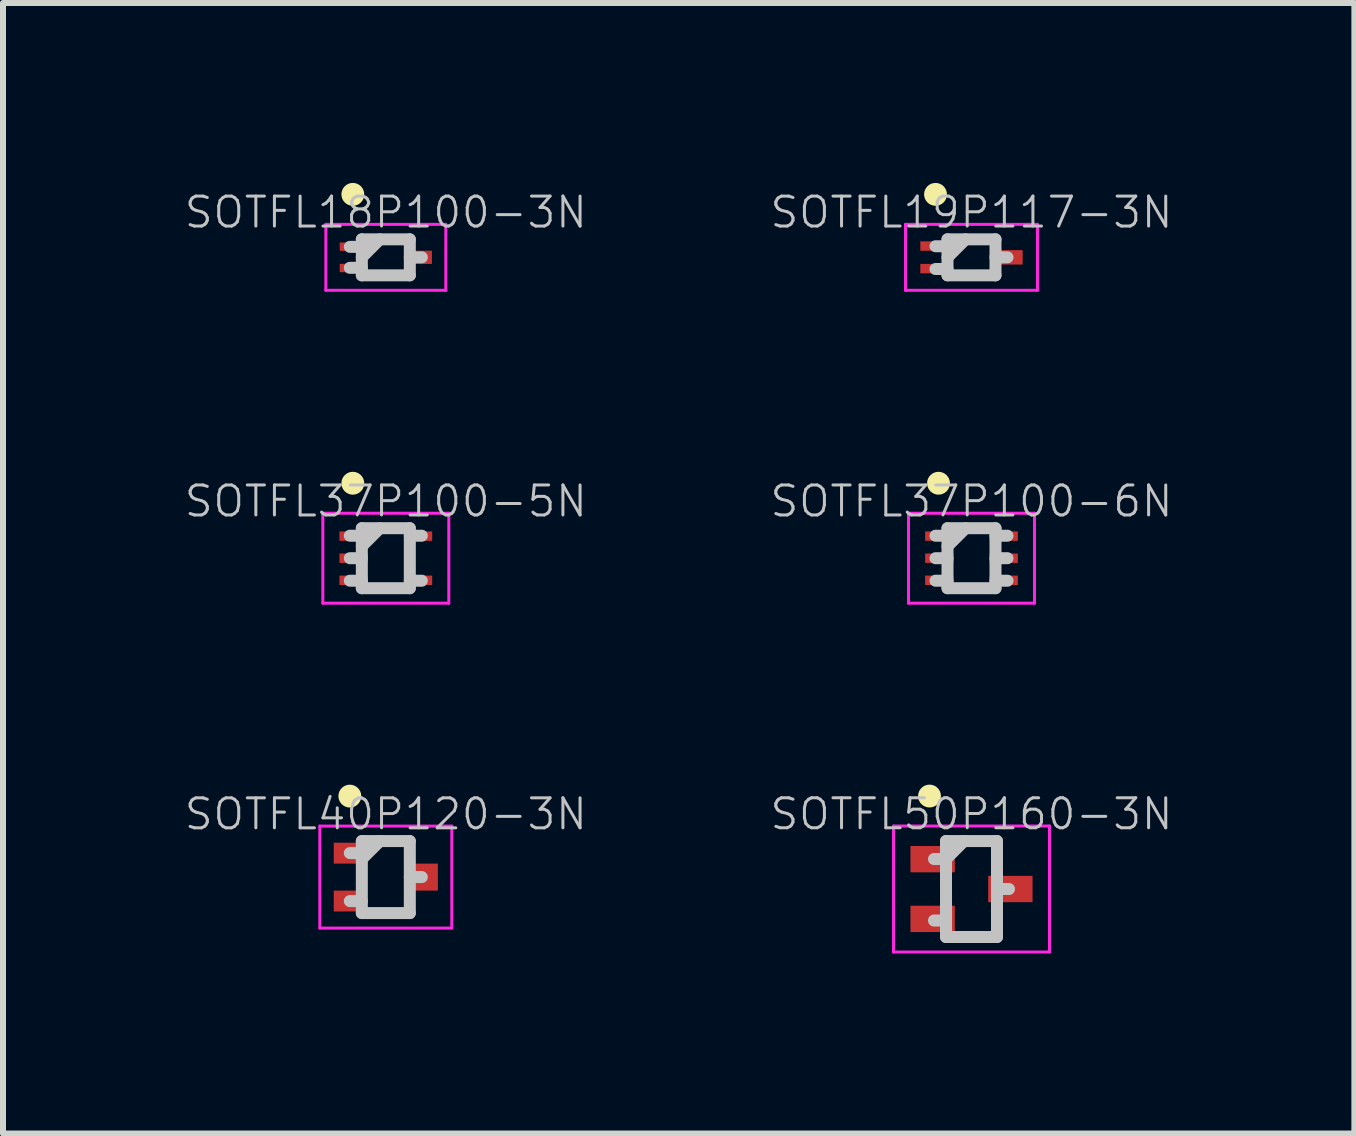
<source format=kicad_pcb>
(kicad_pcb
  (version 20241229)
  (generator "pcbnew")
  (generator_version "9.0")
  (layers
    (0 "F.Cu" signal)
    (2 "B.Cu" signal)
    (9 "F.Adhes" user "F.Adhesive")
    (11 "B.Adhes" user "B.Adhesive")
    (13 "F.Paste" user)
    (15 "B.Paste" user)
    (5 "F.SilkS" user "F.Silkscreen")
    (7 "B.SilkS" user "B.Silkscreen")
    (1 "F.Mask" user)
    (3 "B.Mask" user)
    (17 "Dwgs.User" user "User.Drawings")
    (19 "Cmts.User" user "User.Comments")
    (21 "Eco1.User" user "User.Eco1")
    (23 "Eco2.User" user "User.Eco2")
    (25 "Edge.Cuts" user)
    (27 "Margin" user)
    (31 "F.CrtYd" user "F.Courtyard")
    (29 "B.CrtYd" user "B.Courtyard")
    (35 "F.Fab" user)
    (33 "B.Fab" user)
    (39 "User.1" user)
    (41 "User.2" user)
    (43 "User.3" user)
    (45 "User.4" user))
  (footprint "SOTFL37P100-5N"
    (layer "F.Cu")
    (at 3.382 6.256)
    (property "Reference" "SOTFL37P100-5N" (at 0 -0.95 0) (layer "Dwgs.User") (effects (font (size 0.5 0.5) (thickness 0.05))))
    (attr smd)
    (fp_line (start -0.55 -1.25) (end -0.55 -1.25) (stroke (width 0.381) (type solid)) (layer "F.SilkS"))
    (fp_line (start -0.6 -0.375) (end -0.4 -0.375) (stroke (width 0.2) (type solid)) (layer "Dwgs.User"))
    (fp_line (start -0.6 0) (end -0.4 0) (stroke (width 0.2) (type solid)) (layer "Dwgs.User"))
    (fp_line (start -0.6 0.375) (end -0.4 0.375) (stroke (width 0.2) (type solid)) (layer "Dwgs.User"))
    (fp_line (start -0.4 -0.5) (end -0.4 0.5) (stroke (width 0.2) (type solid)) (layer "Dwgs.User"))
    (fp_line (start -0.4 -0.5) (end 0.4 -0.5) (stroke (width 0.2) (type solid)) (layer "Dwgs.User"))
    (fp_line (start -0.4 -0.2) (end -0.1 -0.5) (stroke (width 0.2) (type solid)) (layer "Dwgs.User"))
    (fp_line (start -0.4 0.5) (end 0.4 0.5) (stroke (width 0.2) (type solid)) (layer "Dwgs.User"))
    (fp_line (start 0.4 -0.5) (end 0.4 0.5) (stroke (width 0.2) (type solid)) (layer "Dwgs.User"))
    (fp_line (start 0.4 -0.375) (end 0.6 -0.375) (stroke (width 0.2) (type solid)) (layer "Dwgs.User"))
    (fp_line (start 0.4 0.375) (end 0.6 0.375) (stroke (width 0.2) (type solid)) (layer "Dwgs.User"))
    (fp_line (start -1.05 -0.75) (end -1.05 0.75) (stroke (width 0.05) (type solid)) (layer "F.CrtYd"))
    (fp_line (start -1.05 -0.75) (end 1.05 -0.75) (stroke (width 0.05) (type solid)) (layer "F.CrtYd"))
    (fp_line (start -1.05 0.75) (end 1.05 0.75) (stroke (width 0.05) (type solid)) (layer "F.CrtYd"))
    (fp_line (start 1.05 -0.75) (end 1.05 0.75) (stroke (width 0.05) (type solid)) (layer "F.CrtYd"))
    (pad "1" smd rect (at -0.538 -0.368 90) (size 0.157 0.47) (layers "F.Cu" "F.Mask" "F.Paste"))
    (pad "2" smd rect (at -0.538 0 90) (size 0.157 0.47) (layers "F.Cu" "F.Mask" "F.Paste"))
    (pad "3" smd rect (at -0.538 0.368 90) (size 0.157 0.47) (layers "F.Cu" "F.Mask" "F.Paste"))
    (pad "4" smd rect (at 0.538 0.368 270) (size 0.157 0.47) (layers "F.Cu" "F.Mask" "F.Paste"))
    (pad "5" smd rect (at 0.538 -0.368 270) (size 0.157 0.47) (layers "F.Cu" "F.Mask" "F.Paste")))
  (footprint "SOTFL50P160-3N"
    (layer "F.Cu")
    (at 13.146 11.771)
    (property "Reference" "SOTFL50P160-3N" (at 0 -1.25 0) (layer "Dwgs.User") (effects (font (size 0.5 0.5) (thickness 0.05))))
    (attr smd)
    (fp_line (start -0.7 -1.55) (end -0.7 -1.55) (stroke (width 0.381) (type solid)) (layer "F.SilkS"))
    (fp_line (start -0.625 -0.5) (end -0.425 -0.5) (stroke (width 0.2) (type solid)) (layer "Dwgs.User"))
    (fp_line (start -0.625 0.525) (end -0.425 0.525) (stroke (width 0.2) (type solid)) (layer "Dwgs.User"))
    (fp_line (start -0.425 -0.8) (end -0.425 0.8) (stroke (width 0.2) (type solid)) (layer "Dwgs.User"))
    (fp_line (start -0.425 -0.8) (end 0.425 -0.8) (stroke (width 0.2) (type solid)) (layer "Dwgs.User"))
    (fp_line (start -0.425 -0.5) (end -0.125 -0.8) (stroke (width 0.2) (type solid)) (layer "Dwgs.User"))
    (fp_line (start -0.425 0.8) (end 0.425 0.8) (stroke (width 0.2) (type solid)) (layer "Dwgs.User"))
    (fp_line (start 0.425 -0.8) (end 0.425 0.8) (stroke (width 0.2) (type solid)) (layer "Dwgs.User"))
    (fp_line (start 0.425 0) (end 0.625 0) (stroke (width 0.2) (type solid)) (layer "Dwgs.User"))
    (fp_line (start -1.3 -1.05) (end -1.3 1.05) (stroke (width 0.05) (type solid)) (layer "F.CrtYd"))
    (fp_line (start -1.3 -1.05) (end 1.3 -1.05) (stroke (width 0.05) (type solid)) (layer "F.CrtYd"))
    (fp_line (start -1.3 1.05) (end 1.3 1.05) (stroke (width 0.05) (type solid)) (layer "F.CrtYd"))
    (fp_line (start 1.3 -1.05) (end 1.3 1.05) (stroke (width 0.05) (type solid)) (layer "F.CrtYd"))
    (pad "1" smd rect (at -0.648 -0.498 90) (size 0.439 0.739) (layers "F.Cu" "F.Mask" "F.Paste"))
    (pad "2" smd rect (at -0.648 0.498 90) (size 0.439 0.739) (layers "F.Cu" "F.Mask" "F.Paste"))
    (pad "3" smd rect (at 0.648 0 270) (size 0.439 0.739) (layers "F.Cu" "F.Mask" "F.Paste")))
  (footprint "SOTFL37P100-6N"
    (layer "F.Cu")
    (at 13.146 6.256)
    (property "Reference" "SOTFL37P100-6N" (at 0 -0.95 0) (layer "Dwgs.User") (effects (font (size 0.5 0.5) (thickness 0.05))))
    (attr smd)
    (fp_line (start -0.55 -1.25) (end -0.55 -1.25) (stroke (width 0.381) (type solid)) (layer "F.SilkS"))
    (fp_line (start -0.6 -0.375) (end -0.4 -0.375) (stroke (width 0.2) (type solid)) (layer "Dwgs.User"))
    (fp_line (start -0.6 0) (end -0.4 0) (stroke (width 0.2) (type solid)) (layer "Dwgs.User"))
    (fp_line (start -0.6 0.375) (end -0.4 0.375) (stroke (width 0.2) (type solid)) (layer "Dwgs.User"))
    (fp_line (start -0.4 -0.5) (end -0.4 0.5) (stroke (width 0.2) (type solid)) (layer "Dwgs.User"))
    (fp_line (start -0.4 -0.5) (end 0.4 -0.5) (stroke (width 0.2) (type solid)) (layer "Dwgs.User"))
    (fp_line (start -0.4 -0.2) (end -0.1 -0.5) (stroke (width 0.2) (type solid)) (layer "Dwgs.User"))
    (fp_line (start -0.4 0.5) (end 0.4 0.5) (stroke (width 0.2) (type solid)) (layer "Dwgs.User"))
    (fp_line (start 0.4 -0.5) (end 0.4 0.5) (stroke (width 0.2) (type solid)) (layer "Dwgs.User"))
    (fp_line (start 0.4 -0.375) (end 0.6 -0.375) (stroke (width 0.2) (type solid)) (layer "Dwgs.User"))
    (fp_line (start 0.4 0) (end 0.6 0) (stroke (width 0.2) (type solid)) (layer "Dwgs.User"))
    (fp_line (start 0.4 0.375) (end 0.6 0.375) (stroke (width 0.2) (type solid)) (layer "Dwgs.User"))
    (fp_line (start -1.05 -0.75) (end -1.05 0.75) (stroke (width 0.05) (type solid)) (layer "F.CrtYd"))
    (fp_line (start -1.05 -0.75) (end 1.05 -0.75) (stroke (width 0.05) (type solid)) (layer "F.CrtYd"))
    (fp_line (start -1.05 0.75) (end 1.05 0.75) (stroke (width 0.05) (type solid)) (layer "F.CrtYd"))
    (fp_line (start 1.05 -0.75) (end 1.05 0.75) (stroke (width 0.05) (type solid)) (layer "F.CrtYd"))
    (pad "1" smd rect (at -0.538 -0.368 90) (size 0.157 0.47) (layers "F.Cu" "F.Mask" "F.Paste"))
    (pad "2" smd rect (at -0.538 0 90) (size 0.157 0.47) (layers "F.Cu" "F.Mask" "F.Paste"))
    (pad "3" smd rect (at -0.538 0.368 90) (size 0.157 0.47) (layers "F.Cu" "F.Mask" "F.Paste"))
    (pad "4" smd rect (at 0.538 0.368 270) (size 0.157 0.47) (layers "F.Cu" "F.Mask" "F.Paste"))
    (pad "5" smd rect (at 0.538 0 270) (size 0.157 0.47) (layers "F.Cu" "F.Mask" "F.Paste"))
    (pad "6" smd rect (at 0.538 -0.368 270) (size 0.157 0.47) (layers "F.Cu" "F.Mask" "F.Paste")))
  (footprint "SOTFL18P100-3N"
    (layer "F.Cu")
    (at 3.382 1.24)
    (property "Reference" "SOTFL18P100-3N" (at 0 -0.75 0) (layer "Dwgs.User") (effects (font (size 0.5 0.5) (thickness 0.05))))
    (attr smd)
    (fp_line (start -0.55 -1.05) (end -0.55 -1.05) (stroke (width 0.381) (type solid)) (layer "F.SilkS"))
    (fp_line (start -0.6 -0.175) (end -0.4 -0.175) (stroke (width 0.2) (type solid)) (layer "Dwgs.User"))
    (fp_line (start -0.6 0.175) (end -0.4 0.175) (stroke (width 0.2) (type solid)) (layer "Dwgs.User"))
    (fp_line (start -0.4 -0.3) (end -0.4 0.3) (stroke (width 0.2) (type solid)) (layer "Dwgs.User"))
    (fp_line (start -0.4 -0.3) (end 0.4 -0.3) (stroke (width 0.2) (type solid)) (layer "Dwgs.User"))
    (fp_line (start -0.4 0) (end -0.1 -0.3) (stroke (width 0.2) (type solid)) (layer "Dwgs.User"))
    (fp_line (start -0.4 0.3) (end 0.4 0.3) (stroke (width 0.2) (type solid)) (layer "Dwgs.User"))
    (fp_line (start 0.4 -0.3) (end 0.4 0.3) (stroke (width 0.2) (type solid)) (layer "Dwgs.User"))
    (fp_line (start 0.4 0) (end 0.6 0) (stroke (width 0.2) (type solid)) (layer "Dwgs.User"))
    (fp_line (start -1 -0.55) (end -1 0.55) (stroke (width 0.05) (type solid)) (layer "F.CrtYd"))
    (fp_line (start -1 -0.55) (end 1 -0.55) (stroke (width 0.05) (type solid)) (layer "F.CrtYd"))
    (fp_line (start -1 0.55) (end 1 0.55) (stroke (width 0.05) (type solid)) (layer "F.CrtYd"))
    (fp_line (start 1 -0.55) (end 1 0.55) (stroke (width 0.05) (type solid)) (layer "F.CrtYd"))
    (pad "1" smd rect (at -0.549 -0.178 90) (size 0.14 0.439) (layers "F.Cu" "F.Mask" "F.Paste"))
    (pad "2" smd rect (at -0.549 0.178 90) (size 0.14 0.439) (layers "F.Cu" "F.Mask" "F.Paste"))
    (pad "3" smd rect (at 0.549 0 270) (size 0.22 0.439) (layers "F.Cu" "F.Mask" "F.Paste")))
  (footprint "SOTFL19P117-3N"
    (layer "F.Cu")
    (at 13.146 1.24)
    (property "Reference" "SOTFL19P117-3N" (at 0 -0.75 0) (layer "Dwgs.User") (effects (font (size 0.5 0.5) (thickness 0.05))))
    (attr smd)
    (fp_line (start -0.6 -1.05) (end -0.6 -1.05) (stroke (width 0.381) (type solid)) (layer "F.SilkS"))
    (fp_line (start -0.6 -0.185) (end -0.4 -0.185) (stroke (width 0.2) (type solid)) (layer "Dwgs.User"))
    (fp_line (start -0.6 0.195) (end -0.4 0.195) (stroke (width 0.2) (type solid)) (layer "Dwgs.User"))
    (fp_line (start -0.4 -0.3) (end -0.4 0.3) (stroke (width 0.2) (type solid)) (layer "Dwgs.User"))
    (fp_line (start -0.4 -0.3) (end 0.4 -0.3) (stroke (width 0.2) (type solid)) (layer "Dwgs.User"))
    (fp_line (start -0.4 0) (end -0.1 -0.3) (stroke (width 0.2) (type solid)) (layer "Dwgs.User"))
    (fp_line (start -0.4 0.3) (end 0.4 0.3) (stroke (width 0.2) (type solid)) (layer "Dwgs.User"))
    (fp_line (start 0.4 -0.3) (end 0.4 0.3) (stroke (width 0.2) (type solid)) (layer "Dwgs.User"))
    (fp_line (start 0.4 0) (end 0.6 0) (stroke (width 0.2) (type solid)) (layer "Dwgs.User"))
    (fp_line (start -1.1 -0.55) (end -1.1 0.55) (stroke (width 0.05) (type solid)) (layer "F.CrtYd"))
    (fp_line (start -1.1 -0.55) (end 1.1 -0.55) (stroke (width 0.05) (type solid)) (layer "F.CrtYd"))
    (fp_line (start -1.1 0.55) (end 1.1 0.55) (stroke (width 0.05) (type solid)) (layer "F.CrtYd"))
    (fp_line (start 1.1 -0.55) (end 1.1 0.55) (stroke (width 0.05) (type solid)) (layer "F.CrtYd"))
    (pad "1" smd rect (at -0.589 -0.188 90) (size 0.157 0.528) (layers "F.Cu" "F.Mask" "F.Paste"))
    (pad "2" smd rect (at -0.589 0.188 90) (size 0.157 0.528) (layers "F.Cu" "F.Mask" "F.Paste"))
    (pad "3" smd rect (at 0.589 0 270) (size 0.24 0.528) (layers "F.Cu" "F.Mask" "F.Paste")))
  (footprint "SOTFL40P120-3N"
    (layer "F.Cu")
    (at 3.382 11.572)
    (property "Reference" "SOTFL40P120-3N" (at 0 -1.05 0) (layer "Dwgs.User") (effects (font (size 0.5 0.5) (thickness 0.05))))
    (attr smd)
    (fp_line (start -0.6 -1.35) (end -0.6 -1.35) (stroke (width 0.381) (type solid)) (layer "F.SilkS"))
    (fp_line (start -0.6 -0.4) (end -0.4 -0.4) (stroke (width 0.2) (type solid)) (layer "Dwgs.User"))
    (fp_line (start -0.6 0.4) (end -0.4 0.4) (stroke (width 0.2) (type solid)) (layer "Dwgs.User"))
    (fp_line (start -0.4 -0.6) (end -0.4 0.6) (stroke (width 0.2) (type solid)) (layer "Dwgs.User"))
    (fp_line (start -0.4 -0.6) (end 0.4 -0.6) (stroke (width 0.2) (type solid)) (layer "Dwgs.User"))
    (fp_line (start -0.4 -0.3) (end -0.1 -0.6) (stroke (width 0.2) (type solid)) (layer "Dwgs.User"))
    (fp_line (start -0.4 0.6) (end 0.4 0.6) (stroke (width 0.2) (type solid)) (layer "Dwgs.User"))
    (fp_line (start 0.4 -0.6) (end 0.4 0.6) (stroke (width 0.2) (type solid)) (layer "Dwgs.User"))
    (fp_line (start 0.4 0) (end 0.6 0) (stroke (width 0.2) (type solid)) (layer "Dwgs.User"))
    (fp_line (start -1.1 -0.85) (end -1.1 0.85) (stroke (width 0.05) (type solid)) (layer "F.CrtYd"))
    (fp_line (start -1.1 -0.85) (end 1.1 -0.85) (stroke (width 0.05) (type solid)) (layer "F.CrtYd"))
    (fp_line (start -1.1 0.85) (end 1.1 0.85) (stroke (width 0.05) (type solid)) (layer "F.CrtYd"))
    (fp_line (start 1.1 -0.85) (end 1.1 0.85) (stroke (width 0.05) (type solid)) (layer "F.CrtYd"))
    (pad "1" smd rect (at -0.599 -0.399 90) (size 0.348 0.538) (layers "F.Cu" "F.Mask" "F.Paste"))
    (pad "2" smd rect (at -0.599 0.399 90) (size 0.348 0.538) (layers "F.Cu" "F.Mask" "F.Paste"))
    (pad "3" smd rect (at 0.599 0 270) (size 0.45 0.538) (layers "F.Cu" "F.Mask" "F.Paste")))
  (gr_rect
    (start -3 -3)
    (end 19.529 15.847)
    (stroke (width 0.1) (type default))
    (fill no)
    (layer "Edge.Cuts")))
</source>
